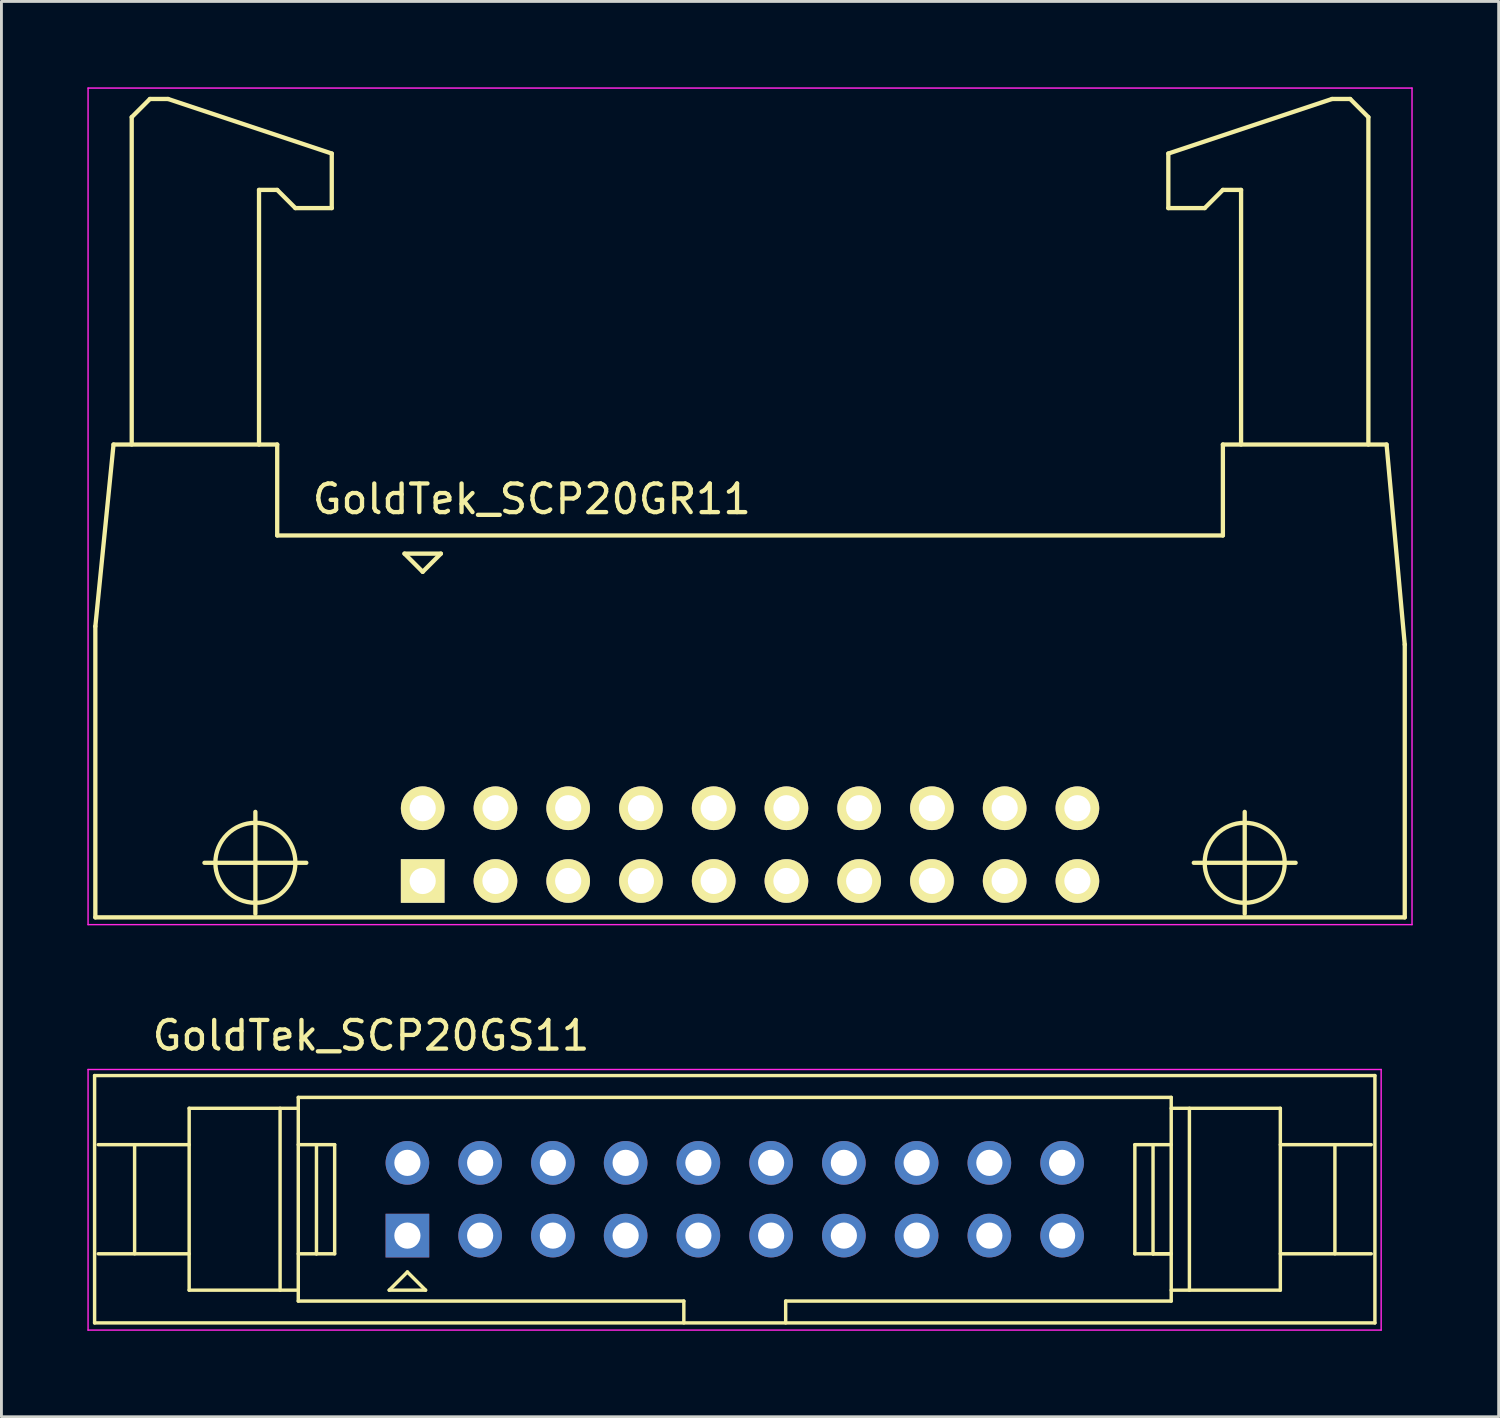
<source format=kicad_pcb>
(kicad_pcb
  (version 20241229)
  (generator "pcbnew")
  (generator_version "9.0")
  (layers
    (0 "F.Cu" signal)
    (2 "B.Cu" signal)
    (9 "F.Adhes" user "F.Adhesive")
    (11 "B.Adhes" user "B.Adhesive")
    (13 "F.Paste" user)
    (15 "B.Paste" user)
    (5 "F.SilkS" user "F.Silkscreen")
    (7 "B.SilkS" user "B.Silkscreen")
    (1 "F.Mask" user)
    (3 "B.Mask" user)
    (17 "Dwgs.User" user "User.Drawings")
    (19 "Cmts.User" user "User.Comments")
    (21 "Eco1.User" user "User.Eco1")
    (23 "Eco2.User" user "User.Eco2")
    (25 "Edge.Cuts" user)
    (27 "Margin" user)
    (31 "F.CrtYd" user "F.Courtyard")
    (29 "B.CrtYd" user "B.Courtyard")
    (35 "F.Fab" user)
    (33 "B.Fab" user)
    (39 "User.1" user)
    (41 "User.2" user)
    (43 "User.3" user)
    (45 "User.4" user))
  (footprint "GoldTek_SCP20GR11"
    (layer "F.Cu")
    (at 11.709 27.711)
    (property "Reference" "GoldTek_SCP20GR11" (at 3.81 -13.335 0) (layer "F.SilkS") (effects (font (size 1 1) (thickness 0.15))))
    (attr through_hole)
    (fp_line (start -11.43 -8.89) (end -10.795 -15.24) (stroke (width 0.15) (type solid)) (layer "F.SilkS"))
    (fp_line (start -11.43 1.27) (end -11.43 -8.89) (stroke (width 0.15) (type solid)) (layer "F.SilkS"))
    (fp_line (start -11.43 1.27) (end 34.29 1.27) (stroke (width 0.15) (type solid)) (layer "F.SilkS"))
    (fp_line (start -10.795 -15.24) (end -5.08 -15.24) (stroke (width 0.15) (type solid)) (layer "F.SilkS"))
    (fp_line (start -10.16 -26.67) (end -9.525 -27.305) (stroke (width 0.15) (type solid)) (layer "F.SilkS"))
    (fp_line (start -10.16 -15.24) (end -10.16 -26.67) (stroke (width 0.15) (type solid)) (layer "F.SilkS"))
    (fp_line (start -9.525 -27.305) (end -8.89 -27.305) (stroke (width 0.15) (type solid)) (layer "F.SilkS"))
    (fp_line (start -8.89 -27.305) (end -3.175 -25.4) (stroke (width 0.15) (type solid)) (layer "F.SilkS"))
    (fp_line (start -7.62 -0.635) (end -4.064 -0.635) (stroke (width 0.15) (type solid)) (layer "F.SilkS"))
    (fp_line (start -5.842 -2.413) (end -5.842 1.143) (stroke (width 0.15) (type solid)) (layer "F.SilkS"))
    (fp_line (start -5.715 -24.13) (end -5.715 -15.24) (stroke (width 0.15) (type solid)) (layer "F.SilkS"))
    (fp_line (start -5.08 -24.13) (end -5.715 -24.13) (stroke (width 0.15) (type solid)) (layer "F.SilkS"))
    (fp_line (start -5.08 -15.24) (end -5.08 -12.065) (stroke (width 0.15) (type solid)) (layer "F.SilkS"))
    (fp_line (start -4.445 -23.495) (end -5.08 -24.13) (stroke (width 0.15) (type solid)) (layer "F.SilkS"))
    (fp_line (start -3.175 -25.4) (end -3.175 -23.495) (stroke (width 0.15) (type solid)) (layer "F.SilkS"))
    (fp_line (start -3.175 -23.495) (end -4.445 -23.495) (stroke (width 0.15) (type solid)) (layer "F.SilkS"))
    (fp_line (start -0.635 -11.43) (end 0.635 -11.43) (stroke (width 0.15) (type solid)) (layer "F.SilkS"))
    (fp_line (start 0 -10.795) (end -0.635 -11.43) (stroke (width 0.15) (type solid)) (layer "F.SilkS"))
    (fp_line (start 0.635 -11.43) (end 0 -10.795) (stroke (width 0.15) (type solid)) (layer "F.SilkS"))
    (fp_line (start 26.035 -25.4) (end 26.035 -23.495) (stroke (width 0.15) (type solid)) (layer "F.SilkS"))
    (fp_line (start 26.035 -23.495) (end 27.305 -23.495) (stroke (width 0.15) (type solid)) (layer "F.SilkS"))
    (fp_line (start 26.924 -0.635) (end 30.48 -0.635) (stroke (width 0.15) (type solid)) (layer "F.SilkS"))
    (fp_line (start 27.305 -23.495) (end 27.94 -24.13) (stroke (width 0.15) (type solid)) (layer "F.SilkS"))
    (fp_line (start 27.94 -24.13) (end 28.575 -24.13) (stroke (width 0.15) (type solid)) (layer "F.SilkS"))
    (fp_line (start 27.94 -15.24) (end 27.94 -12.065) (stroke (width 0.15) (type solid)) (layer "F.SilkS"))
    (fp_line (start 27.94 -12.065) (end -5.08 -12.065) (stroke (width 0.15) (type solid)) (layer "F.SilkS"))
    (fp_line (start 28.575 -24.13) (end 28.575 -15.24) (stroke (width 0.15) (type solid)) (layer "F.SilkS"))
    (fp_line (start 28.702 -2.413) (end 28.702 1.143) (stroke (width 0.15) (type solid)) (layer "F.SilkS"))
    (fp_line (start 31.75 -27.305) (end 26.035 -25.4) (stroke (width 0.15) (type solid)) (layer "F.SilkS"))
    (fp_line (start 32.385 -27.305) (end 31.75 -27.305) (stroke (width 0.15) (type solid)) (layer "F.SilkS"))
    (fp_line (start 33.02 -26.67) (end 32.385 -27.305) (stroke (width 0.15) (type solid)) (layer "F.SilkS"))
    (fp_line (start 33.02 -15.24) (end 33.02 -26.67) (stroke (width 0.15) (type solid)) (layer "F.SilkS"))
    (fp_line (start 33.655 -15.24) (end 27.94 -15.24) (stroke (width 0.15) (type solid)) (layer "F.SilkS"))
    (fp_line (start 34.29 -8.255) (end 33.655 -15.24) (stroke (width 0.15) (type solid)) (layer "F.SilkS"))
    (fp_line (start 34.29 1.27) (end 34.29 -8.255) (stroke (width 0.15) (type solid)) (layer "F.SilkS"))
    (fp_circle (center -5.842 -0.635) (end -4.445 -0.635) (stroke (width 0.15) (type solid)) (fill no) (layer "F.SilkS"))
    (fp_circle (center 28.702 -0.635) (end 30.099 -0.635) (stroke (width 0.15) (type solid)) (fill no) (layer "F.SilkS"))
    (fp_line (start -11.684 -27.686) (end 34.544 -27.686) (stroke (width 0.05) (type solid)) (layer "F.CrtYd"))
    (fp_line (start -11.684 1.524) (end -11.684 -27.686) (stroke (width 0.05) (type solid)) (layer "F.CrtYd"))
    (fp_line (start 34.544 -27.686) (end 34.544 1.524) (stroke (width 0.05) (type solid)) (layer "F.CrtYd"))
    (fp_line (start 34.544 1.524) (end -11.684 1.524) (stroke (width 0.05) (type solid)) (layer "F.CrtYd"))
    (pad "1" thru_hole rect (at 0 0) (size 1.524 1.524) (drill 0.914) (layers "*.Cu" "*.Mask" "F.SilkS"))
    (pad "2" thru_hole circle (at 0 -2.54) (size 1.524 1.524) (drill 0.914) (layers "*.Cu" "*.Mask" "F.SilkS"))
    (pad "3" thru_hole circle (at 2.54 0) (size 1.524 1.524) (drill 0.914) (layers "*.Cu" "*.Mask" "F.SilkS"))
    (pad "4" thru_hole circle (at 2.54 -2.54) (size 1.524 1.524) (drill 0.914) (layers "*.Cu" "*.Mask" "F.SilkS"))
    (pad "5" thru_hole circle (at 5.08 0) (size 1.524 1.524) (drill 0.914) (layers "*.Cu" "*.Mask" "F.SilkS"))
    (pad "6" thru_hole circle (at 5.08 -2.54) (size 1.524 1.524) (drill 0.914) (layers "*.Cu" "*.Mask" "F.SilkS"))
    (pad "7" thru_hole circle (at 7.62 0) (size 1.524 1.524) (drill 0.914) (layers "*.Cu" "*.Mask" "F.SilkS"))
    (pad "8" thru_hole circle (at 7.62 -2.54) (size 1.524 1.524) (drill 0.914) (layers "*.Cu" "*.Mask" "F.SilkS"))
    (pad "9" thru_hole circle (at 10.16 0) (size 1.524 1.524) (drill 0.914) (layers "*.Cu" "*.Mask" "F.SilkS"))
    (pad "10" thru_hole circle (at 10.16 -2.54) (size 1.524 1.524) (drill 0.914) (layers "*.Cu" "*.Mask" "F.SilkS"))
    (pad "11" thru_hole circle (at 12.7 0) (size 1.524 1.524) (drill 0.914) (layers "*.Cu" "*.Mask" "F.SilkS"))
    (pad "12" thru_hole circle (at 12.7 -2.54) (size 1.524 1.524) (drill 0.914) (layers "*.Cu" "*.Mask" "F.SilkS"))
    (pad "13" thru_hole circle (at 15.24 0) (size 1.524 1.524) (drill 0.914) (layers "*.Cu" "*.Mask" "F.SilkS"))
    (pad "14" thru_hole circle (at 15.24 -2.54) (size 1.524 1.524) (drill 0.914) (layers "*.Cu" "*.Mask" "F.SilkS"))
    (pad "15" thru_hole circle (at 17.78 0) (size 1.524 1.524) (drill 0.914) (layers "*.Cu" "*.Mask" "F.SilkS"))
    (pad "16" thru_hole circle (at 17.78 -2.54) (size 1.524 1.524) (drill 0.914) (layers "*.Cu" "*.Mask" "F.SilkS"))
    (pad "17" thru_hole circle (at 20.32 0) (size 1.524 1.524) (drill 0.914) (layers "*.Cu" "*.Mask" "F.SilkS"))
    (pad "18" thru_hole circle (at 20.32 -2.54) (size 1.524 1.524) (drill 0.914) (layers "*.Cu" "*.Mask" "F.SilkS"))
    (pad "19" thru_hole circle (at 22.86 0) (size 1.524 1.524) (drill 0.914) (layers "*.Cu" "*.Mask" "F.SilkS"))
    (pad "20" thru_hole circle (at 22.86 -2.54) (size 1.524 1.524) (drill 0.914) (layers "*.Cu" "*.Mask" "F.SilkS")))
  (footprint "GoldTek_SCP20GS11"
    (layer "F.Cu")
    (at 11.175 40.093)
    (property "Reference" "GoldTek_SCP20GS11" (at -1.27 -6.985 0) (layer "F.SilkS") (effects (font (size 1 1) (thickness 0.15))))
    (attr through_hole)
    (fp_line (start -10.922 -5.588) (end -10.922 3.048) (stroke (width 0.12) (type solid)) (layer "F.SilkS"))
    (fp_line (start -10.922 3.048) (end 33.782 3.048) (stroke (width 0.12) (type solid)) (layer "F.SilkS"))
    (fp_line (start -9.525 -3.175) (end -9.525 0.635) (stroke (width 0.12) (type solid)) (layer "F.SilkS"))
    (fp_line (start -7.62 -4.445) (end -7.62 1.905) (stroke (width 0.12) (type solid)) (layer "F.SilkS"))
    (fp_line (start -7.62 -3.175) (end -10.795 -3.175) (stroke (width 0.12) (type solid)) (layer "F.SilkS"))
    (fp_line (start -7.62 0.635) (end -10.795 0.635) (stroke (width 0.12) (type solid)) (layer "F.SilkS"))
    (fp_line (start -7.62 1.905) (end -3.81 1.905) (stroke (width 0.12) (type solid)) (layer "F.SilkS"))
    (fp_line (start -4.445 -4.445) (end -4.445 1.905) (stroke (width 0.12) (type solid)) (layer "F.SilkS"))
    (fp_line (start -3.81 -4.826) (end 26.67 -4.826) (stroke (width 0.12) (type solid)) (layer "F.SilkS"))
    (fp_line (start -3.81 -4.445) (end -7.62 -4.445) (stroke (width 0.12) (type solid)) (layer "F.SilkS"))
    (fp_line (start -3.81 -3.175) (end -3.175 -3.175) (stroke (width 0.12) (type solid)) (layer "F.SilkS"))
    (fp_line (start -3.81 2.286) (end -3.81 -4.826) (stroke (width 0.12) (type solid)) (layer "F.SilkS"))
    (fp_line (start -3.175 -3.175) (end -3.175 0.635) (stroke (width 0.12) (type solid)) (layer "F.SilkS"))
    (fp_line (start -3.175 -3.175) (end -2.54 -3.175) (stroke (width 0.12) (type solid)) (layer "F.SilkS"))
    (fp_line (start -3.175 0.635) (end -3.81 0.635) (stroke (width 0.12) (type solid)) (layer "F.SilkS"))
    (fp_line (start -2.54 -3.175) (end -2.54 0.635) (stroke (width 0.12) (type solid)) (layer "F.SilkS"))
    (fp_line (start -2.54 0.635) (end -3.175 0.635) (stroke (width 0.12) (type solid)) (layer "F.SilkS"))
    (fp_line (start -0.635 1.905) (end 0 1.27) (stroke (width 0.12) (type solid)) (layer "F.SilkS"))
    (fp_line (start 0 1.27) (end 0.635 1.905) (stroke (width 0.12) (type solid)) (layer "F.SilkS"))
    (fp_line (start 0.635 1.905) (end -0.635 1.905) (stroke (width 0.12) (type solid)) (layer "F.SilkS"))
    (fp_line (start 9.652 2.286) (end -3.81 2.286) (stroke (width 0.12) (type solid)) (layer "F.SilkS"))
    (fp_line (start 9.652 3.048) (end 9.652 2.286) (stroke (width 0.12) (type solid)) (layer "F.SilkS"))
    (fp_line (start 13.208 2.286) (end 13.208 3.048) (stroke (width 0.12) (type solid)) (layer "F.SilkS"))
    (fp_line (start 25.4 -3.175) (end 26.035 -3.175) (stroke (width 0.12) (type solid)) (layer "F.SilkS"))
    (fp_line (start 25.4 0.635) (end 25.4 -3.175) (stroke (width 0.12) (type solid)) (layer "F.SilkS"))
    (fp_line (start 26.035 -3.175) (end 26.035 0.635) (stroke (width 0.12) (type solid)) (layer "F.SilkS"))
    (fp_line (start 26.035 0.635) (end 25.4 0.635) (stroke (width 0.12) (type solid)) (layer "F.SilkS"))
    (fp_line (start 26.035 0.635) (end 26.67 0.635) (stroke (width 0.12) (type solid)) (layer "F.SilkS"))
    (fp_line (start 26.67 -4.826) (end 26.67 2.286) (stroke (width 0.12) (type solid)) (layer "F.SilkS"))
    (fp_line (start 26.67 -4.445) (end 30.48 -4.445) (stroke (width 0.12) (type solid)) (layer "F.SilkS"))
    (fp_line (start 26.67 -3.175) (end 26.035 -3.175) (stroke (width 0.12) (type solid)) (layer "F.SilkS"))
    (fp_line (start 26.67 0.635) (end 26.035 0.635) (stroke (width 0.12) (type solid)) (layer "F.SilkS"))
    (fp_line (start 26.67 2.286) (end 13.208 2.286) (stroke (width 0.12) (type solid)) (layer "F.SilkS"))
    (fp_line (start 27.305 -4.445) (end 27.305 1.905) (stroke (width 0.12) (type solid)) (layer "F.SilkS"))
    (fp_line (start 30.48 -4.445) (end 30.48 1.905) (stroke (width 0.12) (type solid)) (layer "F.SilkS"))
    (fp_line (start 30.48 -3.175) (end 33.655 -3.175) (stroke (width 0.12) (type solid)) (layer "F.SilkS"))
    (fp_line (start 30.48 0.635) (end 33.655 0.635) (stroke (width 0.12) (type solid)) (layer "F.SilkS"))
    (fp_line (start 30.48 1.905) (end 26.67 1.905) (stroke (width 0.12) (type solid)) (layer "F.SilkS"))
    (fp_line (start 32.385 -3.175) (end 32.385 0.635) (stroke (width 0.12) (type solid)) (layer "F.SilkS"))
    (fp_line (start 33.782 -5.588) (end -10.922 -5.588) (stroke (width 0.12) (type solid)) (layer "F.SilkS"))
    (fp_line (start 33.782 3.048) (end 33.782 -5.588) (stroke (width 0.12) (type solid)) (layer "F.SilkS"))
    (fp_line (start -11.15 -5.8) (end 34 -5.8) (stroke (width 0.05) (type solid)) (layer "F.CrtYd"))
    (fp_line (start -11.15 3.3) (end -11.15 -5.8) (stroke (width 0.05) (type solid)) (layer "F.CrtYd"))
    (fp_line (start 34 -5.8) (end 34 3.3) (stroke (width 0.05) (type solid)) (layer "F.CrtYd"))
    (fp_line (start 34 3.3) (end -11.15 3.3) (stroke (width 0.05) (type solid)) (layer "F.CrtYd"))
    (pad "1" thru_hole rect (at 0 0) (size 1.524 1.524) (drill 0.914) (layers "*.Cu" "*.Mask"))
    (pad "2" thru_hole circle (at 0 -2.54) (size 1.524 1.524) (drill 0.914) (layers "*.Cu" "*.Mask"))
    (pad "3" thru_hole circle (at 2.54 0) (size 1.524 1.524) (drill 0.914) (layers "*.Cu" "*.Mask"))
    (pad "4" thru_hole circle (at 2.54 -2.54) (size 1.524 1.524) (drill 0.914) (layers "*.Cu" "*.Mask"))
    (pad "5" thru_hole circle (at 5.08 0) (size 1.524 1.524) (drill 0.914) (layers "*.Cu" "*.Mask"))
    (pad "6" thru_hole circle (at 5.08 -2.54) (size 1.524 1.524) (drill 0.914) (layers "*.Cu" "*.Mask"))
    (pad "7" thru_hole circle (at 7.62 0) (size 1.524 1.524) (drill 0.914) (layers "*.Cu" "*.Mask"))
    (pad "8" thru_hole circle (at 7.62 -2.54) (size 1.524 1.524) (drill 0.914) (layers "*.Cu" "*.Mask"))
    (pad "9" thru_hole circle (at 10.16 0) (size 1.524 1.524) (drill 0.914) (layers "*.Cu" "*.Mask"))
    (pad "10" thru_hole circle (at 10.16 -2.54) (size 1.524 1.524) (drill 0.914) (layers "*.Cu" "*.Mask"))
    (pad "11" thru_hole circle (at 12.7 0) (size 1.524 1.524) (drill 0.914) (layers "*.Cu" "*.Mask"))
    (pad "12" thru_hole circle (at 12.7 -2.54) (size 1.524 1.524) (drill 0.914) (layers "*.Cu" "*.Mask"))
    (pad "13" thru_hole circle (at 15.24 0) (size 1.524 1.524) (drill 0.914) (layers "*.Cu" "*.Mask"))
    (pad "14" thru_hole circle (at 15.24 -2.54) (size 1.524 1.524) (drill 0.914) (layers "*.Cu" "*.Mask"))
    (pad "15" thru_hole circle (at 17.78 0) (size 1.524 1.524) (drill 0.914) (layers "*.Cu" "*.Mask"))
    (pad "16" thru_hole circle (at 17.78 -2.54) (size 1.524 1.524) (drill 0.914) (layers "*.Cu" "*.Mask"))
    (pad "17" thru_hole circle (at 20.32 0) (size 1.524 1.524) (drill 0.914) (layers "*.Cu" "*.Mask"))
    (pad "18" thru_hole circle (at 20.32 -2.54) (size 1.524 1.524) (drill 0.914) (layers "*.Cu" "*.Mask"))
    (pad "19" thru_hole circle (at 22.86 0) (size 1.524 1.524) (drill 0.914) (layers "*.Cu" "*.Mask"))
    (pad "20" thru_hole circle (at 22.86 -2.54) (size 1.524 1.524) (drill 0.914) (layers "*.Cu" "*.Mask")))
  (gr_rect
    (start -3 -3)
    (end 49.278 46.418)
    (stroke (width 0.1) (type default))
    (fill no)
    (layer "Edge.Cuts")))
</source>
